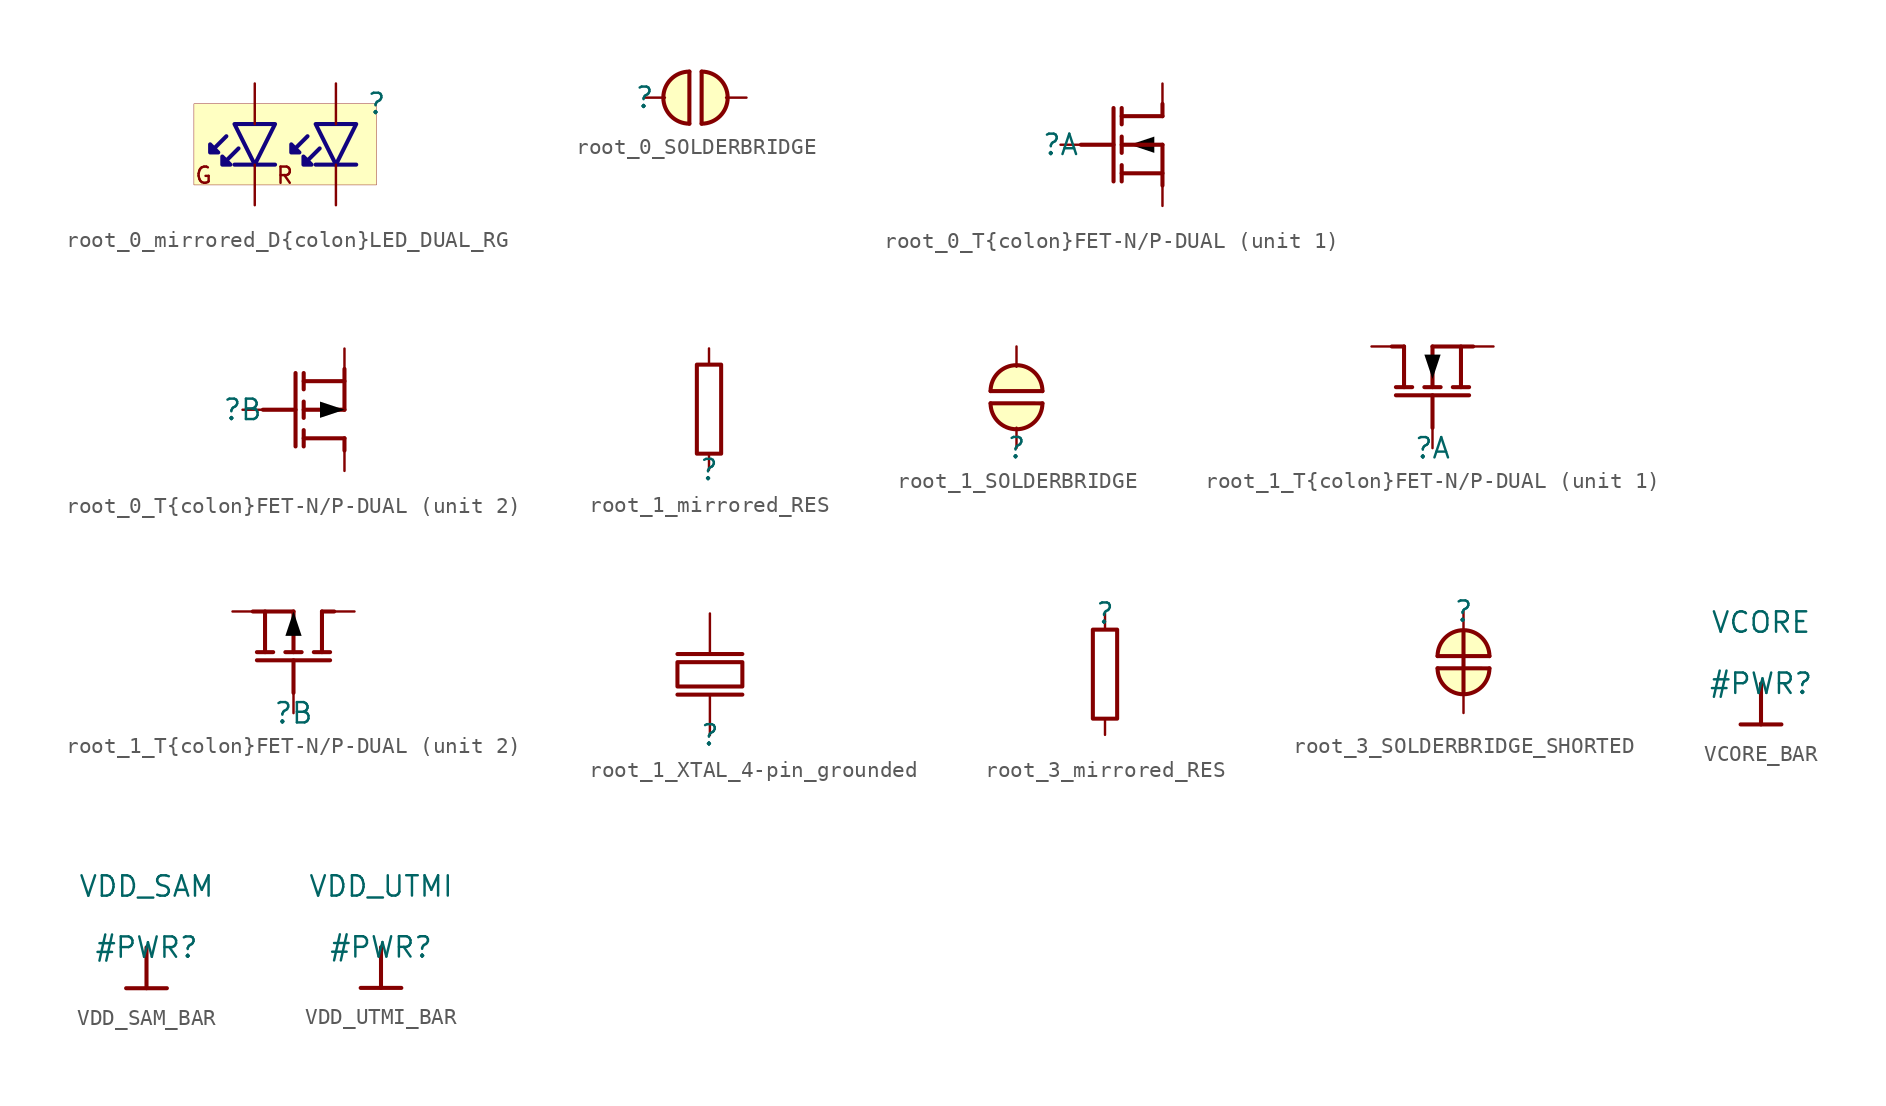
<source format=kicad_sym>
(kicad_symbol_lib
  (version 20231120)
  (generator "kicad_symbol_editor")
  (generator_version "8.0")
  (symbol "root_0_mirrored_D{colon}LED_DUAL_RG"
    (property "Reference" ""
      (at 0 0 0)
      (effects (font (size 1.27 1.27))))
    (property "Value" ""
      (at 0 0 0)
      (effects (font (size 1.27 1.27))))
    (symbol "root_0_mirrored_D{colon}LED_DUAL_RG_1_0"
      (rectangle (start 0 0) (end -11.43 -5.08) (stroke (width 0.025) (type solid) (color 128 0 0 1)) (fill (type background)))
      (polyline (pts (xy -7.62 -3.81) (xy -8.89 -3.81)) (stroke (width 0.254) (type solid) (color 17 3 127 1)) (fill (type none)))
      (polyline (pts (xy -6.35 -3.81) (xy -7.62 -3.81)) (stroke (width 0.254) (type solid) (color 17 3 127 1)) (fill (type none)))
      (polyline (pts (xy -2.54 -3.81) (xy -3.81 -3.81)) (stroke (width 0.254) (type solid) (color 17 3 127 1)) (fill (type none)))
      (polyline (pts (xy -1.27 -3.81) (xy -2.54 -3.81)) (stroke (width 0.254) (type solid) (color 17 3 127 1)) (fill (type none)))
      (polyline (pts (xy -6.35 -1.27) (xy -7.62 -3.81) (xy -8.89 -1.27) (xy -6.35 -1.27)) (stroke (width 0.254) (type solid) (color 17 3 127 1)) (fill (type none)))
      (polyline (pts (xy -1.27 -1.27) (xy -2.54 -3.81) (xy -3.81 -1.27) (xy -1.27 -1.27)) (stroke (width 0.254) (type solid) (color 17 3 127 1)) (fill (type none)))
      (polyline (pts (xy -9.398 -2.032) (xy -10.414 -3.048) (xy -10.414 -2.54) (xy -9.906 -3.048) (xy -10.414 -3.048)) (stroke (width 0.254) (type solid) (color 17 3 127 1)) (fill (type none)))
      (polyline (pts (xy -8.636 -2.794) (xy -9.652 -3.81) (xy -9.652 -3.302) (xy -9.144 -3.81) (xy -9.652 -3.81)) (stroke (width 0.254) (type solid) (color 17 3 127 1)) (fill (type none)))
      (polyline (pts (xy -4.318 -2.032) (xy -5.334 -3.048) (xy -5.334 -2.54) (xy -4.826 -3.048) (xy -5.334 -3.048)) (stroke (width 0.254) (type solid) (color 17 3 127 1)) (fill (type none)))
      (polyline (pts (xy -3.556 -2.794) (xy -4.572 -3.81) (xy -4.572 -3.302) (xy -4.064 -3.81) (xy -4.572 -3.81)) (stroke (width 0.254) (type solid) (color 17 3 127 1)) (fill (type none)))
      (text "G" (at -11.43 -5.08 0) (effects (font (size 1.016 1.016)) (justify left bottom)))
      (text "R" (at -6.35 -5.08 0) (effects (font (size 1.016 1.016)) (justify left bottom)))
      (pin passive line (at -7.62 1.27 270) (length 2.54) (name "A2" (effects (font (size 0 0)))) (number "1" (effects (font (size 0 0)))))
      (pin passive line (at -2.54 1.27 270) (length 2.54) (name "A1" (effects (font (size 0 0)))) (number "2" (effects (font (size 0 0)))))
      (pin passive line (at -7.62 -6.35 90) (length 2.54) (name "C2" (effects (font (size 0 0)))) (number "3" (effects (font (size 0 0)))))
      (pin passive line (at -2.54 -6.35 90) (length 2.54) (name "C1" (effects (font (size 0 0)))) (number "4" (effects (font (size 0 0)))))))
  (symbol "root_0_SOLDERBRIDGE"
    (property "Reference" ""
      (at 0 0 0)
      (effects (font (size 1.27 1.27))))
    (property "Value" ""
      (at 0 0 0)
      (effects (font (size 1.27 1.27))))
    (symbol "root_0_SOLDERBRIDGE_1_0"
      (polyline (pts (xy 2.792 -1.622) (xy 2.794 0) (xy 2.794 1.622)) (stroke (width 0.254) (type solid)) (fill (type none)))
      (polyline (pts (xy 3.558 1.622) (xy 3.556 0) (xy 3.556 -1.622)) (stroke (width 0.254) (type solid)) (fill (type none)))
      (arc (start 2.794 1.622) (mid 1.172 0.0011) (end 2.7917 -1.622) (stroke (width 0.254) (type solid)) (fill (type background)))
      (arc (start 3.556 -1.622) (mid 5.178 -0.0011) (end 3.5583 1.622) (stroke (width 0.254) (type solid)) (fill (type background)))
      (pin passive line (at 6.35 0 180) (length 1.27) (name "0" (effects (font (size 0 0)))) (number "1" (effects (font (size 0 0)))))
      (pin passive line (at 0 0 0) (length 1.27) (name "1" (effects (font (size 0 0)))) (number "2" (effects (font (size 0 0)))))))
  (symbol "root_0_T{colon}FET-N/P-DUAL"
    (property "Reference" ""
      (at 0 0 0)
      (effects (font (size 1.27 1.27))))
    (property "Value" ""
      (at 0 0 0)
      (effects (font (size 1.27 1.27))))
    (symbol "root_0_T{colon}FET-N/P-DUAL_1_0"
      (polyline (pts (xy 1.27 0) (xy 3.302 0)) (stroke (width 0.254) (type solid)) (fill (type none)))
      (polyline (pts (xy 3.302 2.286) (xy 3.302 -2.286)) (stroke (width 0.254) (type solid)) (fill (type none)))
      (polyline (pts (xy 3.81 -2.286) (xy 3.81 -1.27)) (stroke (width 0.254) (type solid)) (fill (type none)))
      (polyline (pts (xy 3.81 -0.508) (xy 3.81 0.508)) (stroke (width 0.254) (type solid)) (fill (type none)))
      (polyline (pts (xy 3.81 1.27) (xy 3.81 2.286)) (stroke (width 0.254) (type solid)) (fill (type none)))
      (polyline (pts (xy 6.35 -1.778) (xy 3.81 -1.778)) (stroke (width 0.254) (type solid)) (fill (type none)))
      (polyline (pts (xy 6.35 0) (xy 3.81 0)) (stroke (width 0.254) (type solid)) (fill (type none)))
      (polyline (pts (xy 6.35 0) (xy 6.35 -2.54)) (stroke (width 0.254) (type solid)) (fill (type none)))
      (polyline (pts (xy 6.35 1.778) (xy 3.81 1.778)) (stroke (width 0.254) (type solid)) (fill (type none)))
      (polyline (pts (xy 6.35 1.778) (xy 6.35 2.54)) (stroke (width 0.254) (type solid)) (fill (type none)))
      (polyline (pts (xy 4.318 0) (xy 5.842 -0.508) (xy 5.842 0.508) (xy 4.318 0)) (stroke (width -0.0001) (type solid) (color 0 0 0 1)) (fill (type outline)))
      (pin passive line (at 6.35 -3.81 90) (length 1.27) (name "S1" (effects (font (size 0 0)))) (number "1" (effects (font (size 0 0)))))
      (pin passive line (at 0 0 0) (length 1.27) (name "G1" (effects (font (size 0 0)))) (number "2" (effects (font (size 0 0)))))
      (pin passive line (at 6.35 3.81 270) (length 1.27) (name "D1" (effects (font (size 0 0)))) (number "6" (effects (font (size 0 0))))))
    (symbol "root_0_T{colon}FET-N/P-DUAL_2_0"
      (polyline (pts (xy 1.27 0) (xy 3.302 0)) (stroke (width 0.254) (type solid)) (fill (type none)))
      (polyline (pts (xy 3.302 2.286) (xy 3.302 -2.286)) (stroke (width 0.254) (type solid)) (fill (type none)))
      (polyline (pts (xy 3.81 -2.286) (xy 3.81 -1.27)) (stroke (width 0.254) (type solid)) (fill (type none)))
      (polyline (pts (xy 3.81 -0.508) (xy 3.81 0.508)) (stroke (width 0.254) (type solid)) (fill (type none)))
      (polyline (pts (xy 3.81 1.27) (xy 3.81 2.286)) (stroke (width 0.254) (type solid)) (fill (type none)))
      (polyline (pts (xy 6.35 -1.778) (xy 3.81 -1.778)) (stroke (width 0.254) (type solid)) (fill (type none)))
      (polyline (pts (xy 6.35 -1.778) (xy 6.35 -2.54)) (stroke (width 0.254) (type solid)) (fill (type none)))
      (polyline (pts (xy 6.35 0) (xy 3.81 0)) (stroke (width 0.254) (type solid)) (fill (type none)))
      (polyline (pts (xy 6.35 1.778) (xy 3.81 1.778)) (stroke (width 0.254) (type solid)) (fill (type none)))
      (polyline (pts (xy 6.35 2.54) (xy 6.35 0)) (stroke (width 0.254) (type solid)) (fill (type none)))
      (polyline (pts (xy 6.35 0) (xy 4.826 0.508) (xy 4.826 -0.508) (xy 6.35 0)) (stroke (width -0.0001) (type solid) (color 0 0 0 1)) (fill (type outline)))
      (pin passive line (at 6.35 -3.81 90) (length 1.27) (name "D2" (effects (font (size 0 0)))) (number "3" (effects (font (size 0 0)))))
      (pin passive line (at 6.35 3.81 270) (length 1.27) (name "S2" (effects (font (size 0 0)))) (number "4" (effects (font (size 0 0)))))
      (pin passive line (at 0 0 0) (length 1.27) (name "G2" (effects (font (size 0 0)))) (number "5" (effects (font (size 0 0)))))))
  (symbol "root_1_mirrored_RES"
    (property "Reference" ""
      (at 0 0 0)
      (effects (font (size 1.27 1.27))))
    (property "Value" ""
      (at 0 0 0)
      (effects (font (size 1.27 1.27))))
    (symbol "root_1_mirrored_RES_1_0"
      (polyline (pts (xy 0.762 6.604) (xy 0.762 1.016) (xy -0.762 1.016) (xy -0.762 6.604) (xy 0.762 6.604)) (stroke (width 0.254) (type solid)) (fill (type none)))
      (pin passive line (at 0 0 90) (length 1.016) (name "1" (effects (font (size 0 0)))) (number "1" (effects (font (size 0 0)))))
      (pin passive line (at 0 7.62 270) (length 1.016) (name "2" (effects (font (size 0 0)))) (number "2" (effects (font (size 0 0)))))))
  (symbol "root_1_SOLDERBRIDGE"
    (property "Reference" ""
      (at 0 0 0)
      (effects (font (size 1.27 1.27))))
    (property "Value" ""
      (at 0 0 0)
      (effects (font (size 1.27 1.27))))
    (symbol "root_1_SOLDERBRIDGE_1_0"
      (arc (start -1.622 2.794) (mid -0.0011 1.172) (end 1.622 2.7917) (stroke (width 0.254) (type solid)) (fill (type background)))
      (polyline (pts (xy -1.622 3.558) (xy 0 3.556) (xy 1.622 3.556)) (stroke (width 0.254) (type solid)) (fill (type none)))
      (polyline (pts (xy 1.622 2.792) (xy 0 2.794) (xy -1.622 2.794)) (stroke (width 0.254) (type solid)) (fill (type none)))
      (arc (start 1.622 3.556) (mid 0.0011 5.178) (end -1.622 3.5583) (stroke (width 0.254) (type solid)) (fill (type background)))
      (pin passive line (at 0 6.35 270) (length 1.27) (name "0" (effects (font (size 0 0)))) (number "1" (effects (font (size 0 0)))))
      (pin passive line (at 0 0 90) (length 1.27) (name "1" (effects (font (size 0 0)))) (number "2" (effects (font (size 0 0)))))))
  (symbol "root_1_T{colon}FET-N/P-DUAL"
    (property "Reference" ""
      (at 0 0 0)
      (effects (font (size 1.27 1.27))))
    (property "Value" ""
      (at 0 0 0)
      (effects (font (size 1.27 1.27))))
    (symbol "root_1_T{colon}FET-N/P-DUAL_1_0"
      (polyline (pts (xy -2.286 3.302) (xy 2.286 3.302)) (stroke (width 0.254) (type solid)) (fill (type none)))
      (polyline (pts (xy -1.778 6.35) (xy -2.54 6.35)) (stroke (width 0.254) (type solid)) (fill (type none)))
      (polyline (pts (xy -1.778 6.35) (xy -1.778 3.81)) (stroke (width 0.254) (type solid)) (fill (type none)))
      (polyline (pts (xy -1.27 3.81) (xy -2.286 3.81)) (stroke (width 0.254) (type solid)) (fill (type none)))
      (polyline (pts (xy 0 1.27) (xy 0 3.302)) (stroke (width 0.254) (type solid)) (fill (type none)))
      (polyline (pts (xy 0 6.35) (xy 0 3.81)) (stroke (width 0.254) (type solid)) (fill (type none)))
      (polyline (pts (xy 0 6.35) (xy 2.54 6.35)) (stroke (width 0.254) (type solid)) (fill (type none)))
      (polyline (pts (xy 0.508 3.81) (xy -0.508 3.81)) (stroke (width 0.254) (type solid)) (fill (type none)))
      (polyline (pts (xy 1.778 6.35) (xy 1.778 3.81)) (stroke (width 0.254) (type solid)) (fill (type none)))
      (polyline (pts (xy 2.286 3.81) (xy 1.27 3.81)) (stroke (width 0.254) (type solid)) (fill (type none)))
      (polyline (pts (xy 0 4.318) (xy 0.508 5.842) (xy -0.508 5.842) (xy 0 4.318)) (stroke (width -0.0001) (type solid) (color 0 0 0 1)) (fill (type outline)))
      (pin passive line (at 3.81 6.35 180) (length 1.27) (name "S1" (effects (font (size 0 0)))) (number "1" (effects (font (size 0 0)))))
      (pin passive line (at 0 0 90) (length 1.27) (name "G1" (effects (font (size 0 0)))) (number "2" (effects (font (size 0 0)))))
      (pin passive line (at -3.81 6.35 0) (length 1.27) (name "D1" (effects (font (size 0 0)))) (number "6" (effects (font (size 0 0))))))
    (symbol "root_1_T{colon}FET-N/P-DUAL_2_0"
      (polyline (pts (xy -2.54 6.35) (xy 0 6.35)) (stroke (width 0.254) (type solid)) (fill (type none)))
      (polyline (pts (xy -2.286 3.302) (xy 2.286 3.302)) (stroke (width 0.254) (type solid)) (fill (type none)))
      (polyline (pts (xy -1.778 6.35) (xy -1.778 3.81)) (stroke (width 0.254) (type solid)) (fill (type none)))
      (polyline (pts (xy -1.27 3.81) (xy -2.286 3.81)) (stroke (width 0.254) (type solid)) (fill (type none)))
      (polyline (pts (xy 0 1.27) (xy 0 3.302)) (stroke (width 0.254) (type solid)) (fill (type none)))
      (polyline (pts (xy 0 6.35) (xy 0 3.81)) (stroke (width 0.254) (type solid)) (fill (type none)))
      (polyline (pts (xy 0.508 3.81) (xy -0.508 3.81)) (stroke (width 0.254) (type solid)) (fill (type none)))
      (polyline (pts (xy 1.778 6.35) (xy 1.778 3.81)) (stroke (width 0.254) (type solid)) (fill (type none)))
      (polyline (pts (xy 1.778 6.35) (xy 2.54 6.35)) (stroke (width 0.254) (type solid)) (fill (type none)))
      (polyline (pts (xy 2.286 3.81) (xy 1.27 3.81)) (stroke (width 0.254) (type solid)) (fill (type none)))
      (polyline (pts (xy 0 6.35) (xy -0.508 4.826) (xy 0.508 4.826) (xy 0 6.35)) (stroke (width -0.0001) (type solid) (color 0 0 0 1)) (fill (type outline)))
      (pin passive line (at 3.81 6.35 180) (length 1.27) (name "D2" (effects (font (size 0 0)))) (number "3" (effects (font (size 0 0)))))
      (pin passive line (at -3.81 6.35 0) (length 1.27) (name "S2" (effects (font (size 0 0)))) (number "4" (effects (font (size 0 0)))))
      (pin passive line (at 0 0 90) (length 1.27) (name "G2" (effects (font (size 0 0)))) (number "5" (effects (font (size 0 0)))))))
  (symbol "root_1_XTAL_4-pin_grounded"
    (property "Reference" ""
      (at 0 0 0)
      (effects (font (size 1.27 1.27))))
    (property "Value" ""
      (at 0 0 0)
      (effects (font (size 1.27 1.27))))
    (symbol "root_1_XTAL_4-pin_grounded_1_0"
      (polyline (pts (xy -2.032 2.54) (xy 2.032 2.54)) (stroke (width 0.254) (type solid)) (fill (type none)))
      (polyline (pts (xy -2.032 5.08) (xy 2.032 5.08)) (stroke (width 0.254) (type solid)) (fill (type none)))
      (polyline (pts (xy 2.032 4.572) (xy -2.032 4.572) (xy -2.032 3.048) (xy 2.032 3.048) (xy 2.032 4.572)) (stroke (width 0.254) (type solid)) (fill (type none)))
      (pin passive line (at 0 0 90) (length 2.54) (name "inp" (effects (font (size 0 0)))) (number "1" (effects (font (size 0 0)))))
      (pin passive line (at 7.112 5.08 180) (length 2.54) hide (name "GND" (effects (font (size 0 0)))) (number "2" (effects (font (size 0 0)))))
      (pin passive line (at 0 7.62 270) (length 2.54) (name "out" (effects (font (size 0 0)))) (number "3" (effects (font (size 0 0)))))
      (pin passive line (at 7.112 7.366 180) (length 2.54) hide (name "GND" (effects (font (size 0 0)))) (number "4" (effects (font (size 0 0)))))))
  (symbol "root_3_mirrored_RES"
    (property "Reference" ""
      (at 0 0 0)
      (effects (font (size 1.27 1.27))))
    (property "Value" ""
      (at 0 0 0)
      (effects (font (size 1.27 1.27))))
    (symbol "root_3_mirrored_RES_1_0"
      (polyline (pts (xy -0.762 -6.604) (xy -0.762 -1.016) (xy 0.762 -1.016) (xy 0.762 -6.604) (xy -0.762 -6.604)) (stroke (width 0.254) (type solid)) (fill (type none)))
      (pin passive line (at 0 0 270) (length 1.016) (name "1" (effects (font (size 0 0)))) (number "1" (effects (font (size 0 0)))))
      (pin passive line (at 0 -7.62 90) (length 1.016) (name "2" (effects (font (size 0 0)))) (number "2" (effects (font (size 0 0)))))))
  (symbol "root_3_SOLDERBRIDGE_SHORTED"
    (property "Reference" ""
      (at 0 0 0)
      (effects (font (size 1.27 1.27))))
    (property "Value" ""
      (at 0 0 0)
      (effects (font (size 1.27 1.27))))
    (symbol "root_3_SOLDERBRIDGE_SHORTED_1_0"
      (arc (start -1.622 -3.556) (mid -0.0011 -5.178) (end 1.622 -3.5583) (stroke (width 0.254) (type solid)) (fill (type background)))
      (polyline (pts (xy 0 -1.27) (xy 0 -5.08)) (stroke (width 0.254) (type solid)) (fill (type none)))
      (polyline (pts (xy -1.622 -2.792) (xy 0 -2.794) (xy 1.622 -2.794)) (stroke (width 0.254) (type solid)) (fill (type none)))
      (polyline (pts (xy 1.622 -3.558) (xy 0 -3.556) (xy -1.622 -3.556)) (stroke (width 0.254) (type solid)) (fill (type none)))
      (arc (start 1.622 -2.794) (mid 0.0011 -1.172) (end -1.622 -2.7917) (stroke (width 0.254) (type solid)) (fill (type background)))
      (pin passive line (at 0 -6.35 90) (length 1.27) (name "0" (effects (font (size 0 0)))) (number "1" (effects (font (size 0 0)))))
      (pin passive line (at 0 0 270) (length 1.27) (name "1" (effects (font (size 0 0)))) (number "2" (effects (font (size 0 0)))))))
  (symbol "VCORE_BAR"
    (power)
    (property "Reference" "#PWR"
      (at 0 0 0)
      (effects (font (size 1.27 1.27))))
    (property "Value" "VCORE"
      (at 0 3.81 0)
      (effects (font (size 1.27 1.27))))
    (symbol "VCORE_BAR_0_0"
      (polyline (pts (xy -1.27 -2.54) (xy 1.27 -2.54)) (stroke (width 0.254) (type solid)) (fill (type none)))
      (polyline (pts (xy 0 0) (xy 0 -2.54)) (stroke (width 0.254) (type solid)) (fill (type none)))
      (pin power_in line (at 0 0 0) (length 0) hide (name "VCORE" (effects (font (size 1.27 1.27)))) (number "" (effects (font (size 1.27 1.27)))))))
  (symbol "VDD_SAM_BAR"
    (power)
    (property "Reference" "#PWR"
      (at 0 0 0)
      (effects (font (size 1.27 1.27))))
    (property "Value" "VDD_SAM"
      (at 0 3.81 0)
      (effects (font (size 1.27 1.27))))
    (symbol "VDD_SAM_BAR_0_0"
      (polyline (pts (xy -1.27 -2.54) (xy 1.27 -2.54)) (stroke (width 0.254) (type solid)) (fill (type none)))
      (polyline (pts (xy 0 0) (xy 0 -2.54)) (stroke (width 0.254) (type solid)) (fill (type none)))
      (pin power_in line (at 0 0 0) (length 0) hide (name "VDD_SAM" (effects (font (size 1.27 1.27)))) (number "" (effects (font (size 1.27 1.27)))))))
  (symbol "VDD_UTMI_BAR"
    (power)
    (property "Reference" "#PWR"
      (at 0 0 0)
      (effects (font (size 1.27 1.27))))
    (property "Value" "VDD_UTMI"
      (at 0 3.81 0)
      (effects (font (size 1.27 1.27))))
    (symbol "VDD_UTMI_BAR_0_0"
      (polyline (pts (xy -1.27 -2.54) (xy 1.27 -2.54)) (stroke (width 0.254) (type solid)) (fill (type none)))
      (polyline (pts (xy 0 0) (xy 0 -2.54)) (stroke (width 0.254) (type solid)) (fill (type none)))
      (pin power_in line (at 0 0 0) (length 0) hide (name "VDD_UTMI" (effects (font (size 1.27 1.27)))) (number "" (effects (font (size 1.27 1.27))))))))
</source>
